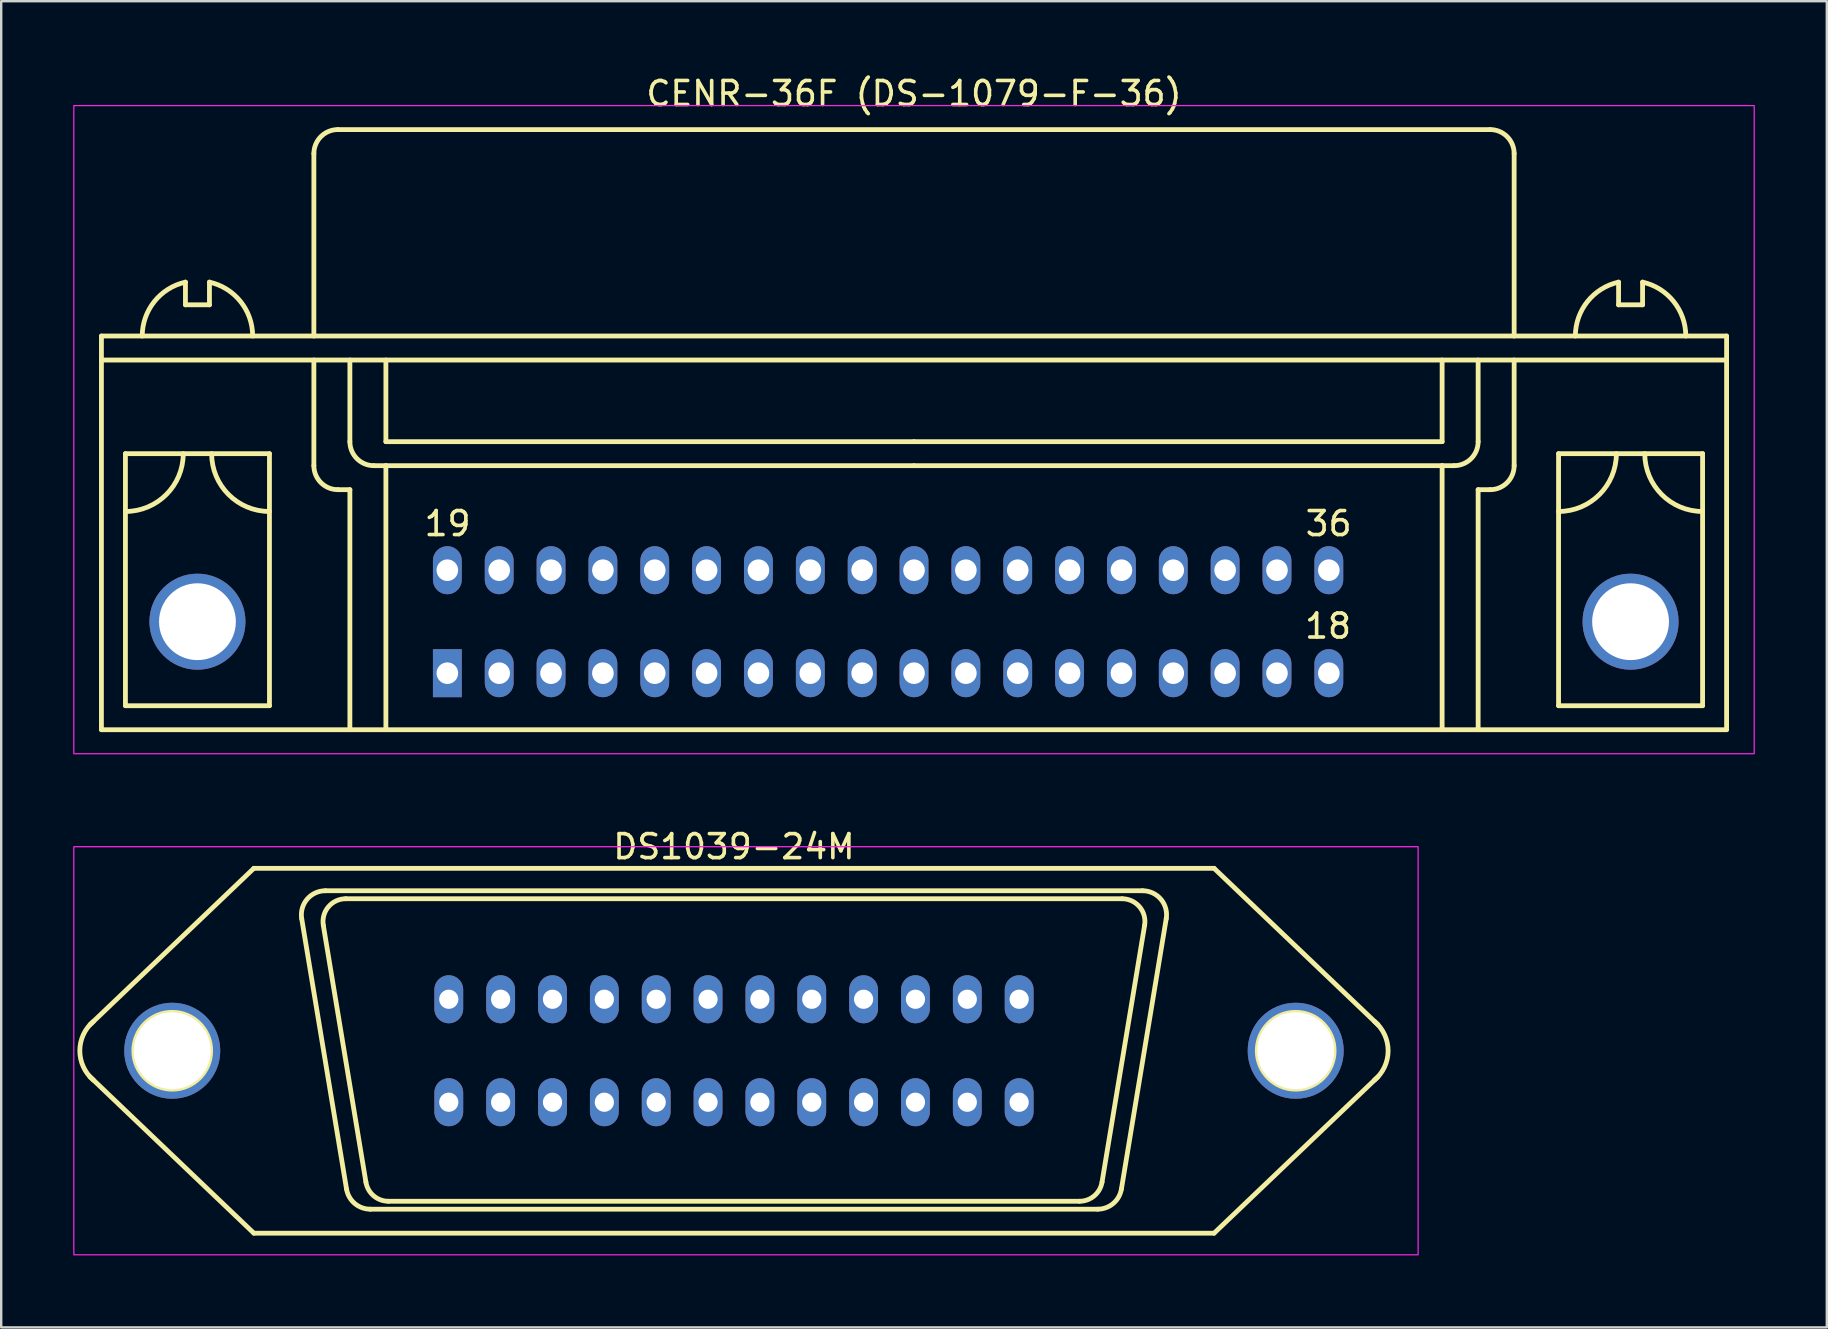
<source format=kicad_pcb>
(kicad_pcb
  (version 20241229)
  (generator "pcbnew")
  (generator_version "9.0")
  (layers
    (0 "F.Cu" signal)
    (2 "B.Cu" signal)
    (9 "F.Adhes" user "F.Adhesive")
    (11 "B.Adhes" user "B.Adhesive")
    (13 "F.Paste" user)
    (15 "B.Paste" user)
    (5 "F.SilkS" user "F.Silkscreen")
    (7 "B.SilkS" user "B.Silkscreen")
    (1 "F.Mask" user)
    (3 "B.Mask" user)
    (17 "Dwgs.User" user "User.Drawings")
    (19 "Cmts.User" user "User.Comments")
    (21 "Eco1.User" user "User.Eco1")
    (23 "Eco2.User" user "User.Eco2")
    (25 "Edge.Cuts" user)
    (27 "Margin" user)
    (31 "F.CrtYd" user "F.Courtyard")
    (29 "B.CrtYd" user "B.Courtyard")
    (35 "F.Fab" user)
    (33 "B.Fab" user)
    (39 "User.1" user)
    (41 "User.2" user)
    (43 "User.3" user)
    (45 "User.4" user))
  (footprint "CENR-36F (DS-1079-F-36)"
    (layer "F.Cu")
    (at 35.025 27.348)
    (property "Reference" "CENR-36F (DS-1079-F-36)" (at 0 -26.5 0) (unlocked yes) (layer "F.SilkS") (effects (font (size 1 1) (thickness 0.15))))
    (attr through_hole)
    (fp_line (start -33.85 -16.4) (end -33.85 0) (stroke (width 0.2) (type solid)) (layer "F.SilkS"))
    (fp_line (start -33.85 -16.4) (end 33.85 -16.4) (stroke (width 0.2) (type solid)) (layer "F.SilkS"))
    (fp_line (start -33.85 -15.4) (end 33.85 -15.4) (stroke (width 0.2) (type solid)) (layer "F.SilkS"))
    (fp_line (start -33.85 0) (end 33.85 0) (stroke (width 0.2) (type solid)) (layer "F.SilkS"))
    (fp_line (start -32.85 -11.5) (end -32.85 -1) (stroke (width 0.2) (type solid)) (layer "F.SilkS"))
    (fp_line (start -32.85 -11.5) (end -26.85 -11.5) (stroke (width 0.2) (type solid)) (layer "F.SilkS"))
    (fp_line (start -32.85 -1) (end -26.85 -1) (stroke (width 0.2) (type solid)) (layer "F.SilkS"))
    (fp_line (start -30.35 -18.645) (end -30.35 -17.7) (stroke (width 0.2) (type solid)) (layer "F.SilkS"))
    (fp_line (start -30.35 -17.7) (end -29.35 -17.7) (stroke (width 0.2) (type solid)) (layer "F.SilkS"))
    (fp_line (start -29.35 -17.7) (end -29.35 -18.645) (stroke (width 0.2) (type solid)) (layer "F.SilkS"))
    (fp_line (start -26.85 -11.5) (end -26.85 -1) (stroke (width 0.2) (type solid)) (layer "F.SilkS"))
    (fp_line (start -25 -16.4) (end -25 -24) (stroke (width 0.2) (type solid)) (layer "F.SilkS"))
    (fp_line (start -25 -15.4) (end -25 -11) (stroke (width 0.2) (type solid)) (layer "F.SilkS"))
    (fp_line (start -24 -10) (end -23.5 -10) (stroke (width 0.2) (type solid)) (layer "F.SilkS"))
    (fp_line (start -23.5 -15.4) (end -23.5 -12) (stroke (width 0.2) (type solid)) (layer "F.SilkS"))
    (fp_line (start -23.5 -10) (end -23.5 0) (stroke (width 0.2) (type solid)) (layer "F.SilkS"))
    (fp_line (start -22.5 -11) (end -22 -11) (stroke (width 0.2) (type solid)) (layer "F.SilkS"))
    (fp_line (start -22 -15.4) (end -22 -12) (stroke (width 0.2) (type solid)) (layer "F.SilkS"))
    (fp_line (start -22 -12) (end 0 -12) (stroke (width 0.2) (type solid)) (layer "F.SilkS"))
    (fp_line (start -22 -11) (end 0 -11) (stroke (width 0.2) (type solid)) (layer "F.SilkS"))
    (fp_line (start -22 0) (end -22 -11) (stroke (width 0.2) (type solid)) (layer "F.SilkS"))
    (fp_line (start 22 -15.4) (end 22 -12) (stroke (width 0.2) (type solid)) (layer "F.SilkS"))
    (fp_line (start 22 -12) (end 0 -12) (stroke (width 0.2) (type solid)) (layer "F.SilkS"))
    (fp_line (start 22 -11) (end 0 -11) (stroke (width 0.2) (type solid)) (layer "F.SilkS"))
    (fp_line (start 22 0) (end 22 -11) (stroke (width 0.2) (type solid)) (layer "F.SilkS"))
    (fp_line (start 22.5 -11) (end 22 -11) (stroke (width 0.2) (type solid)) (layer "F.SilkS"))
    (fp_line (start 23.5 -15.4) (end 23.5 -12) (stroke (width 0.2) (type solid)) (layer "F.SilkS"))
    (fp_line (start 23.5 -10) (end 23.5 0) (stroke (width 0.2) (type solid)) (layer "F.SilkS"))
    (fp_line (start 24 -25) (end -24 -25) (stroke (width 0.2) (type solid)) (layer "F.SilkS"))
    (fp_line (start 24 -10) (end 23.5 -10) (stroke (width 0.2) (type solid)) (layer "F.SilkS"))
    (fp_line (start 25 -16.4) (end 25 -24) (stroke (width 0.2) (type solid)) (layer "F.SilkS"))
    (fp_line (start 25 -15.4) (end 25 -11) (stroke (width 0.2) (type solid)) (layer "F.SilkS"))
    (fp_line (start 26.85 -11.5) (end 26.85 -1) (stroke (width 0.2) (type solid)) (layer "F.SilkS"))
    (fp_line (start 26.85 -11.5) (end 32.85 -11.5) (stroke (width 0.2) (type solid)) (layer "F.SilkS"))
    (fp_line (start 26.85 -1) (end 32.85 -1) (stroke (width 0.2) (type solid)) (layer "F.SilkS"))
    (fp_line (start 29.35 -18.645) (end 29.35 -17.7) (stroke (width 0.2) (type solid)) (layer "F.SilkS"))
    (fp_line (start 29.35 -17.7) (end 30.35 -17.7) (stroke (width 0.2) (type solid)) (layer "F.SilkS"))
    (fp_line (start 30.35 -17.7) (end 30.35 -18.645) (stroke (width 0.2) (type solid)) (layer "F.SilkS"))
    (fp_line (start 32.85 -11.5) (end 32.85 -1) (stroke (width 0.2) (type solid)) (layer "F.SilkS"))
    (fp_line (start 33.85 0) (end 33.85 -16.4) (stroke (width 0.2) (type solid)) (layer "F.SilkS"))
    (fp_arc (start -32.15 -16.4) (mid -31.644193 -17.838554) (end -30.35 -18.644994) (stroke (width 0.2) (type solid)) (layer "F.SilkS"))
    (fp_arc (start -30.441509 -11.5) (mid -31.14694 -9.79694) (end -32.85 -9.091509) (stroke (width 0.2) (type solid)) (layer "F.SilkS"))
    (fp_arc (start -29.35 -18.644994) (mid -28.055807 -17.838555) (end -27.55 -16.4) (stroke (width 0.2) (type solid)) (layer "F.SilkS"))
    (fp_arc (start -26.85 -9.091509) (mid -28.55306 -9.79694) (end -29.258491 -11.5) (stroke (width 0.2) (type solid)) (layer "F.SilkS"))
    (fp_arc (start -25 -24) (mid -24.707107 -24.707107) (end -24 -25) (stroke (width 0.2) (type solid)) (layer "F.SilkS"))
    (fp_arc (start -24 -10) (mid -24.707107 -10.292893) (end -25 -11) (stroke (width 0.2) (type solid)) (layer "F.SilkS"))
    (fp_arc (start -22.5 -11) (mid -23.207107 -11.292893) (end -23.5 -12) (stroke (width 0.2) (type solid)) (layer "F.SilkS"))
    (fp_arc (start 23.5 -12) (mid 23.207107 -11.292893) (end 22.5 -11) (stroke (width 0.2) (type solid)) (layer "F.SilkS"))
    (fp_arc (start 24 -25) (mid 24.707107 -24.707107) (end 25 -24) (stroke (width 0.2) (type solid)) (layer "F.SilkS"))
    (fp_arc (start 25 -11) (mid 24.707107 -10.292893) (end 24 -10) (stroke (width 0.2) (type solid)) (layer "F.SilkS"))
    (fp_arc (start 27.55 -16.4) (mid 28.055807 -17.838554) (end 29.35 -18.644994) (stroke (width 0.2) (type solid)) (layer "F.SilkS"))
    (fp_arc (start 29.258491 -11.5) (mid 28.55306 -9.79694) (end 26.85 -9.091509) (stroke (width 0.2) (type solid)) (layer "F.SilkS"))
    (fp_arc (start 30.35 -18.644994) (mid 31.644193 -17.838555) (end 32.15 -16.4) (stroke (width 0.2) (type solid)) (layer "F.SilkS"))
    (fp_arc (start 32.85 -9.091509) (mid 31.14694 -9.79694) (end 30.441509 -11.5) (stroke (width 0.2) (type solid)) (layer "F.SilkS"))
    (fp_rect (start -35 -26) (end 35 1) (stroke (width 0.05) (type solid)) (fill no) (layer "F.CrtYd"))
    (fp_text user "18" (at 17.247 -4.318 0) (unlocked yes) (layer "F.SilkS") (effects (font (size 1 1) (thickness 0.15))))
    (fp_text user "19" (at -19.431 -8.585 0) (unlocked yes) (layer "F.SilkS") (effects (font (size 1 1) (thickness 0.15))))
    (fp_text user "36" (at 17.272 -8.585 0) (unlocked yes) (layer "F.SilkS") (effects (font (size 1 1) (thickness 0.15))))
    (pad "0" thru_hole circle (at -29.85 -4.5) (size 4 4) (drill 3.2) (layers "*.Cu" "*.Mask"))
    (pad "0" thru_hole circle (at 29.85 -4.5) (size 4 4) (drill 3.2) (layers "*.Cu" "*.Mask"))
    (pad "1" thru_hole rect (at -19.44 -2.355) (size 1.2 2) (drill 0.9) (layers "*.Cu" "*.Mask"))
    (pad "2" thru_hole oval (at -17.28 -2.355) (size 1.2 2) (drill 0.9) (layers "*.Cu" "*.Mask"))
    (pad "3" thru_hole oval (at -15.12 -2.355) (size 1.2 2) (drill 0.9) (layers "*.Cu" "*.Mask"))
    (pad "4" thru_hole oval (at -12.96 -2.355) (size 1.2 2) (drill 0.9) (layers "*.Cu" "*.Mask"))
    (pad "5" thru_hole oval (at -10.8 -2.355) (size 1.2 2) (drill 0.9) (layers "*.Cu" "*.Mask"))
    (pad "6" thru_hole oval (at -8.64 -2.355) (size 1.2 2) (drill 0.9) (layers "*.Cu" "*.Mask"))
    (pad "7" thru_hole oval (at -6.48 -2.355) (size 1.2 2) (drill 0.9) (layers "*.Cu" "*.Mask"))
    (pad "8" thru_hole oval (at -4.32 -2.355) (size 1.2 2) (drill 0.9) (layers "*.Cu" "*.Mask"))
    (pad "9" thru_hole oval (at -2.16 -2.355) (size 1.2 2) (drill 0.9) (layers "*.Cu" "*.Mask"))
    (pad "10" thru_hole oval (at 0 -2.355) (size 1.2 2) (drill 0.9) (layers "*.Cu" "*.Mask"))
    (pad "11" thru_hole oval (at 2.16 -2.355) (size 1.2 2) (drill 0.9) (layers "*.Cu" "*.Mask"))
    (pad "12" thru_hole oval (at 4.32 -2.355) (size 1.2 2) (drill 0.9) (layers "*.Cu" "*.Mask"))
    (pad "13" thru_hole oval (at 6.48 -2.355) (size 1.2 2) (drill 0.9) (layers "*.Cu" "*.Mask"))
    (pad "14" thru_hole oval (at 8.64 -2.355) (size 1.2 2) (drill 0.9) (layers "*.Cu" "*.Mask"))
    (pad "15" thru_hole oval (at 10.8 -2.355) (size 1.2 2) (drill 0.9) (layers "*.Cu" "*.Mask"))
    (pad "16" thru_hole oval (at 12.96 -2.355) (size 1.2 2) (drill 0.9) (layers "*.Cu" "*.Mask"))
    (pad "17" thru_hole oval (at 15.12 -2.355) (size 1.2 2) (drill 0.9) (layers "*.Cu" "*.Mask"))
    (pad "18" thru_hole oval (at 17.28 -2.355) (size 1.2 2) (drill 0.9) (layers "*.Cu" "*.Mask"))
    (pad "19" thru_hole oval (at -19.44 -6.645) (size 1.2 2) (drill 0.9) (layers "*.Cu" "*.Mask"))
    (pad "20" thru_hole oval (at -17.28 -6.645) (size 1.2 2) (drill 0.9) (layers "*.Cu" "*.Mask"))
    (pad "21" thru_hole oval (at -15.12 -6.645) (size 1.2 2) (drill 0.9) (layers "*.Cu" "*.Mask"))
    (pad "22" thru_hole oval (at -12.96 -6.645) (size 1.2 2) (drill 0.9) (layers "*.Cu" "*.Mask"))
    (pad "23" thru_hole oval (at -10.8 -6.645) (size 1.2 2) (drill 0.9) (layers "*.Cu" "*.Mask"))
    (pad "24" thru_hole oval (at -8.64 -6.645) (size 1.2 2) (drill 0.9) (layers "*.Cu" "*.Mask"))
    (pad "25" thru_hole oval (at -6.48 -6.645) (size 1.2 2) (drill 0.9) (layers "*.Cu" "*.Mask"))
    (pad "26" thru_hole oval (at -4.32 -6.645) (size 1.2 2) (drill 0.9) (layers "*.Cu" "*.Mask"))
    (pad "27" thru_hole oval (at -2.16 -6.645) (size 1.2 2) (drill 0.9) (layers "*.Cu" "*.Mask"))
    (pad "28" thru_hole oval (at 0 -6.645) (size 1.2 2) (drill 0.9) (layers "*.Cu" "*.Mask"))
    (pad "29" thru_hole oval (at 2.16 -6.645) (size 1.2 2) (drill 0.9) (layers "*.Cu" "*.Mask"))
    (pad "30" thru_hole oval (at 4.32 -6.645) (size 1.2 2) (drill 0.9) (layers "*.Cu" "*.Mask"))
    (pad "31" thru_hole oval (at 6.48 -6.645) (size 1.2 2) (drill 0.9) (layers "*.Cu" "*.Mask"))
    (pad "32" thru_hole oval (at 8.64 -6.645) (size 1.2 2) (drill 0.9) (layers "*.Cu" "*.Mask"))
    (pad "33" thru_hole oval (at 10.8 -6.645) (size 1.2 2) (drill 0.9) (layers "*.Cu" "*.Mask"))
    (pad "34" thru_hole oval (at 12.96 -6.645) (size 1.2 2) (drill 0.9) (layers "*.Cu" "*.Mask"))
    (pad "35" thru_hole oval (at 15.12 -6.645) (size 1.2 2) (drill 0.9) (layers "*.Cu" "*.Mask"))
    (pad "36" thru_hole oval (at 17.28 -6.645) (size 1.2 2) (drill 0.9) (layers "*.Cu" "*.Mask")))
  (footprint "DS1039-24M"
    (layer "F.Cu")
    (at 27.525 40.721)
    (property "Reference" "DS1039-24M" (at 0 -8.5 0) (unlocked yes) (layer "F.SilkS") (effects (font (size 1 1) (thickness 0.15))))
    (attr through_hole)
    (fp_line (start -20 -7.6) (end -26.827 -1.084) (stroke (width 0.2) (type solid)) (layer "F.SilkS"))
    (fp_line (start -20 7.6) (end -26.827 1.084) (stroke (width 0.2) (type solid)) (layer "F.SilkS"))
    (fp_line (start -20 7.6) (end 20 7.6) (stroke (width 0.2) (type solid)) (layer "F.SilkS"))
    (fp_line (start -18.007 -5.502) (end -16.139 5.764) (stroke (width 0.2) (type solid)) (layer "F.SilkS"))
    (fp_line (start -17.107 -5.227) (end -15.332 5.475) (stroke (width 0.2) (type solid)) (layer "F.SilkS"))
    (fp_line (start -17.02 -6.665) (end 17.02 -6.665) (stroke (width 0.2) (type solid)) (layer "F.SilkS"))
    (fp_line (start -16.169 -6.332) (end 16.169 -6.332) (stroke (width 0.2) (type solid)) (layer "F.SilkS"))
    (fp_line (start 14.395 6.27) (end -14.395 6.27) (stroke (width 0.2) (type solid)) (layer "F.SilkS"))
    (fp_line (start 15.152 6.6) (end -15.152 6.6) (stroke (width 0.2) (type solid)) (layer "F.SilkS"))
    (fp_line (start 15.332 5.475) (end 17.107 -5.227) (stroke (width 0.2) (type solid)) (layer "F.SilkS"))
    (fp_line (start 16.139 5.764) (end 18.007 -5.502) (stroke (width 0.2) (type solid)) (layer "F.SilkS"))
    (fp_line (start 20 -7.6) (end -20 -7.6) (stroke (width 0.2) (type solid)) (layer "F.SilkS"))
    (fp_line (start 20 -7.6) (end 26.827 -1.084) (stroke (width 0.2) (type solid)) (layer "F.SilkS"))
    (fp_line (start 20 7.6) (end 26.827 1.084) (stroke (width 0.2) (type solid)) (layer "F.SilkS"))
    (fp_arc (start -26.678318 1.22579) (mid -27.25 0) (end -26.678318 -1.22579) (stroke (width 0.2) (type solid)) (layer "F.SilkS"))
    (fp_arc (start -18.007022 -5.501839) (mid -17.783258 -6.312129) (end -17.020497 -6.665449) (stroke (width 0.2) (type solid)) (layer "F.SilkS"))
    (fp_arc (start -17.106671 -5.226747) (mid -16.894095 -5.996523) (end -16.169472 -6.332177) (stroke (width 0.2) (type solid)) (layer "F.SilkS"))
    (fp_arc (start -15.152185 6.6) (mid -15.798865 6.362761) (end -16.138711 5.76361) (stroke (width 0.2) (type solid)) (layer "F.SilkS"))
    (fp_arc (start -14.394576 6.27) (mid -15.008922 6.044623) (end -15.331775 5.475429) (stroke (width 0.2) (type solid)) (layer "F.SilkS"))
    (fp_arc (start 15.331775 5.475429) (mid 15.008947 6.04467) (end 14.394576 6.27) (stroke (width 0.2) (type solid)) (layer "F.SilkS"))
    (fp_arc (start 16.138711 5.76361) (mid 15.798864 6.362756) (end 15.152185 6.6) (stroke (width 0.2) (type solid)) (layer "F.SilkS"))
    (fp_arc (start 16.169472 -6.332177) (mid 16.894106 -5.996531) (end 17.106671 -5.226747) (stroke (width 0.2) (type solid)) (layer "F.SilkS"))
    (fp_arc (start 17.020497 -6.665449) (mid 17.783287 -6.312154) (end 18.007022 -5.501839) (stroke (width 0.2) (type solid)) (layer "F.SilkS"))
    (fp_arc (start 26.678318 -1.22579) (mid 27.25 0) (end 26.678318 1.22579) (stroke (width 0.2) (type solid)) (layer "F.SilkS"))
    (fp_circle (center -23.4 0) (end -21.8 0) (stroke (width 0.2) (type solid)) (fill no) (layer "F.SilkS"))
    (fp_circle (center 23.4 0) (end 25 0) (stroke (width 0.2) (type solid)) (fill no) (layer "F.SilkS"))
    (fp_rect (start -27.5 -8.5) (end 28.5 8.5) (stroke (width 0.05) (type solid)) (fill no) (layer "F.CrtYd"))
    (pad "1" thru_hole oval (at 11.88 -2.145) (size 1.2 2) (drill 0.8) (layers "*.Cu" "*.Mask"))
    (pad "2" thru_hole oval (at 9.72 -2.145) (size 1.2 2) (drill 0.8) (layers "*.Cu" "*.Mask"))
    (pad "3" thru_hole oval (at 7.56 -2.145) (size 1.2 2) (drill 0.8) (layers "*.Cu" "*.Mask"))
    (pad "4" thru_hole oval (at 5.4 -2.145) (size 1.2 2) (drill 0.8) (layers "*.Cu" "*.Mask"))
    (pad "5" thru_hole oval (at 3.24 -2.145) (size 1.2 2) (drill 0.8) (layers "*.Cu" "*.Mask"))
    (pad "6" thru_hole oval (at 1.08 -2.145) (size 1.2 2) (drill 0.8) (layers "*.Cu" "*.Mask"))
    (pad "7" thru_hole oval (at -1.08 -2.145) (size 1.2 2) (drill 0.8) (layers "*.Cu" "*.Mask"))
    (pad "8" thru_hole oval (at -3.24 -2.145) (size 1.2 2) (drill 0.8) (layers "*.Cu" "*.Mask"))
    (pad "9" thru_hole oval (at -5.4 -2.145) (size 1.2 2) (drill 0.8) (layers "*.Cu" "*.Mask"))
    (pad "10" thru_hole oval (at -7.56 -2.145) (size 1.2 2) (drill 0.8) (layers "*.Cu" "*.Mask"))
    (pad "11" thru_hole oval (at -9.72 -2.145) (size 1.2 2) (drill 0.8) (layers "*.Cu" "*.Mask"))
    (pad "12" thru_hole oval (at -11.88 -2.145) (size 1.2 2) (drill 0.8) (layers "*.Cu" "*.Mask"))
    (pad "13" thru_hole oval (at 11.88 2.145) (size 1.2 2) (drill 0.8) (layers "*.Cu" "*.Mask"))
    (pad "14" thru_hole oval (at 9.72 2.145) (size 1.2 2) (drill 0.8) (layers "*.Cu" "*.Mask"))
    (pad "15" thru_hole oval (at 7.56 2.145) (size 1.2 2) (drill 0.8) (layers "*.Cu" "*.Mask"))
    (pad "16" thru_hole oval (at 5.4 2.145) (size 1.2 2) (drill 0.8) (layers "*.Cu" "*.Mask"))
    (pad "17" thru_hole oval (at 3.24 2.145) (size 1.2 2) (drill 0.8) (layers "*.Cu" "*.Mask"))
    (pad "18" thru_hole oval (at 1.08 2.145) (size 1.2 2) (drill 0.8) (layers "*.Cu" "*.Mask"))
    (pad "19" thru_hole oval (at -1.08 2.145) (size 1.2 2) (drill 0.8) (layers "*.Cu" "*.Mask"))
    (pad "20" thru_hole oval (at -3.24 2.145) (size 1.2 2) (drill 0.8) (layers "*.Cu" "*.Mask"))
    (pad "21" thru_hole oval (at -5.4 2.145) (size 1.2 2) (drill 0.8) (layers "*.Cu" "*.Mask"))
    (pad "22" thru_hole oval (at -7.56 2.145) (size 1.2 2) (drill 0.8) (layers "*.Cu" "*.Mask"))
    (pad "23" thru_hole oval (at -9.72 2.145) (size 1.2 2) (drill 0.8) (layers "*.Cu" "*.Mask"))
    (pad "24" thru_hole oval (at -11.88 2.145) (size 1.2 2) (drill 0.8) (layers "*.Cu" "*.Mask"))
    (pad "25" thru_hole circle (at -23.4 0) (size 4 4) (drill 3.2) (layers "*.Cu" "*.Mask"))
    (pad "25" thru_hole circle (at 23.4 0) (size 4 4) (drill 3.2) (layers "*.Cu" "*.Mask")))
  (gr_rect
    (start -3 -3)
    (end 73.05 52.246)
    (stroke (width 0.1) (type default))
    (fill no)
    (layer "Edge.Cuts")))
</source>
